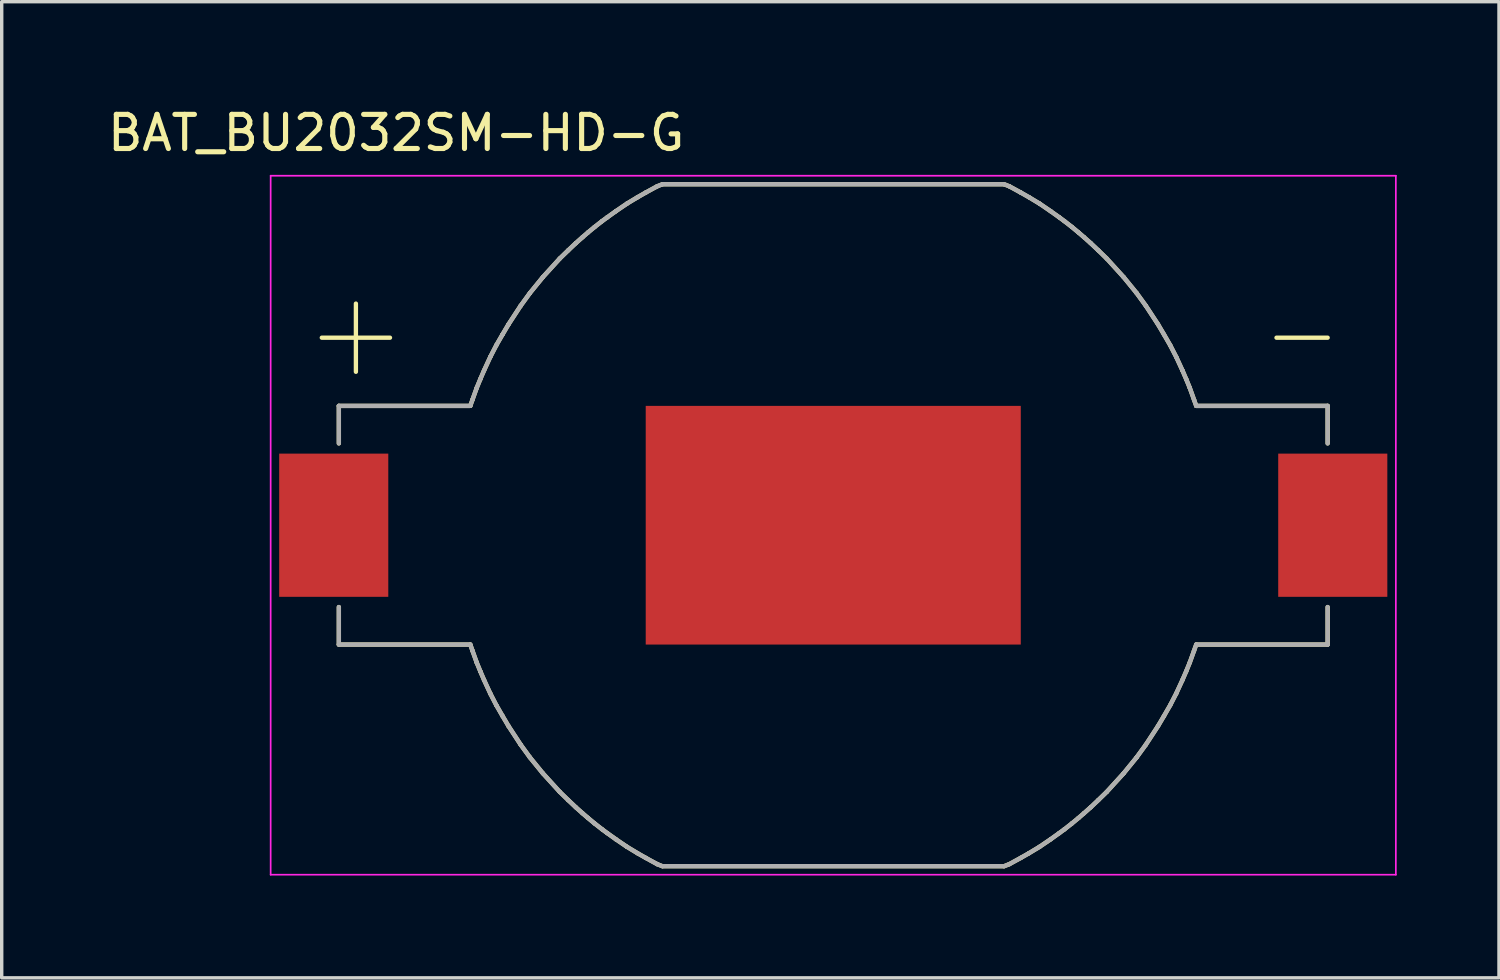
<source format=kicad_pcb>
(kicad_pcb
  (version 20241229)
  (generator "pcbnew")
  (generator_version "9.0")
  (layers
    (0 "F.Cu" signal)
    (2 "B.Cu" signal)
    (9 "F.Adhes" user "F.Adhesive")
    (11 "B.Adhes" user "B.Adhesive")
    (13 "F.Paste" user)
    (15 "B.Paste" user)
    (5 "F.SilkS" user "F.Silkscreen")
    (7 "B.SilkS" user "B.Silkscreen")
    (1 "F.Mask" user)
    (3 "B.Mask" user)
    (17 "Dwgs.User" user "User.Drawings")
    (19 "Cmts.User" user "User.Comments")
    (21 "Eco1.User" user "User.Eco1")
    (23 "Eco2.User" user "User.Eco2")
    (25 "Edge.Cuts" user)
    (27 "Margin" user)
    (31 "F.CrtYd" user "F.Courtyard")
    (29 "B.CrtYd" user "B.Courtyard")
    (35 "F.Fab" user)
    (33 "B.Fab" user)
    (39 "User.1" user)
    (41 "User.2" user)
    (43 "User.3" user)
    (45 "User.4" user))
  (footprint "BAT_BU2032SM-HD-G"
    (layer "F.Cu")
    (at 21.388 12.354)
    (property "Reference" "BAT_BU2032SM-HD-G" (at -12.819 -11.504 0) (layer "F.SilkS") (effects (font (size 1.002 1.002) (thickness 0.15))))
    (attr smd)
    (fp_poly (pts (xy -5.5 -3.5) (xy 5.5 -3.5) (xy 5.5 3.5) (xy -5.5 3.5)) (stroke (width 0.000009) (type solid)) (fill yes) (layer "F.Cu"))
    (fp_poly (pts (xy -5.6 -3.6) (xy 5.6 -3.6) (xy 5.6 3.6) (xy -5.6 3.6)) (stroke (width 0.000009) (type solid)) (fill yes) (layer "F.Mask"))
    (fp_line (start -15 -5.5) (end -13 -5.5) (stroke (width 0.127) (type solid)) (layer "F.SilkS"))
    (fp_line (start -14.5 -3.5) (end -10.645 -3.5) (stroke (width 0.127) (type solid)) (layer "F.SilkS"))
    (fp_line (start -14.5 -2.4) (end -14.5 -3.5) (stroke (width 0.127) (type solid)) (layer "F.SilkS"))
    (fp_line (start -14.5 2.4) (end -14.5 3.5) (stroke (width 0.127) (type solid)) (layer "F.SilkS"))
    (fp_line (start -14.5 3.5) (end -10.645 3.5) (stroke (width 0.127) (type solid)) (layer "F.SilkS"))
    (fp_line (start -14 -6.5) (end -14 -4.5) (stroke (width 0.127) (type solid)) (layer "F.SilkS"))
    (fp_line (start -10.645 -3.5) (end -10.581 -3.681) (stroke (width 0.127) (type solid)) (layer "F.SilkS"))
    (fp_line (start -10.645 3.5) (end -10.581 3.681) (stroke (width 0.127) (type solid)) (layer "F.SilkS"))
    (fp_line (start -10.581 -3.681) (end -10.458 -4.024) (stroke (width 0.127) (type solid)) (layer "F.SilkS"))
    (fp_line (start -10.581 3.681) (end -10.458 4.024) (stroke (width 0.127) (type solid)) (layer "F.SilkS"))
    (fp_line (start -10.458 -4.024) (end -10.35 -4.287) (stroke (width 0.127) (type solid)) (layer "F.SilkS"))
    (fp_line (start -10.458 4.024) (end -10.35 4.287) (stroke (width 0.127) (type solid)) (layer "F.SilkS"))
    (fp_line (start -10.35 -4.287) (end -10.242 -4.538) (stroke (width 0.127) (type solid)) (layer "F.SilkS"))
    (fp_line (start -10.35 4.287) (end -10.242 4.538) (stroke (width 0.127) (type solid)) (layer "F.SilkS"))
    (fp_line (start -10.242 -4.538) (end -10.058 -4.937) (stroke (width 0.127) (type solid)) (layer "F.SilkS"))
    (fp_line (start -10.242 4.538) (end -10.058 4.937) (stroke (width 0.127) (type solid)) (layer "F.SilkS"))
    (fp_line (start -10.058 -4.937) (end -9.88 -5.282) (stroke (width 0.127) (type solid)) (layer "F.SilkS"))
    (fp_line (start -10.058 4.937) (end -9.88 5.282) (stroke (width 0.127) (type solid)) (layer "F.SilkS"))
    (fp_line (start -9.88 -5.282) (end -9.7 -5.594) (stroke (width 0.127) (type solid)) (layer "F.SilkS"))
    (fp_line (start -9.88 5.282) (end -9.7 5.594) (stroke (width 0.127) (type solid)) (layer "F.SilkS"))
    (fp_line (start -9.7 -5.594) (end -9.524 -5.892) (stroke (width 0.127) (type solid)) (layer "F.SilkS"))
    (fp_line (start -9.7 5.594) (end -9.524 5.892) (stroke (width 0.127) (type solid)) (layer "F.SilkS"))
    (fp_line (start -9.524 -5.892) (end -9.168 -6.436) (stroke (width 0.127) (type solid)) (layer "F.SilkS"))
    (fp_line (start -9.524 5.892) (end -9.168 6.436) (stroke (width 0.127) (type solid)) (layer "F.SilkS"))
    (fp_line (start -9.168 -6.436) (end -8.897 -6.809) (stroke (width 0.127) (type solid)) (layer "F.SilkS"))
    (fp_line (start -9.168 6.436) (end -8.897 6.809) (stroke (width 0.127) (type solid)) (layer "F.SilkS"))
    (fp_line (start -8.897 -6.809) (end -8.516 -7.277) (stroke (width 0.127) (type solid)) (layer "F.SilkS"))
    (fp_line (start -8.897 6.809) (end -8.516 7.277) (stroke (width 0.127) (type solid)) (layer "F.SilkS"))
    (fp_line (start -8.516 -7.277) (end -8.022 -7.82) (stroke (width 0.127) (type solid)) (layer "F.SilkS"))
    (fp_line (start -8.516 7.277) (end -8.022 7.82) (stroke (width 0.127) (type solid)) (layer "F.SilkS"))
    (fp_line (start -8.022 -7.82) (end -7.774 -8.061) (stroke (width 0.127) (type solid)) (layer "F.SilkS"))
    (fp_line (start -8.022 7.82) (end -7.774 8.061) (stroke (width 0.127) (type solid)) (layer "F.SilkS"))
    (fp_line (start -7.774 -8.061) (end -7.55 -8.273) (stroke (width 0.127) (type solid)) (layer "F.SilkS"))
    (fp_line (start -7.774 8.061) (end -7.55 8.273) (stroke (width 0.127) (type solid)) (layer "F.SilkS"))
    (fp_line (start -7.55 -8.273) (end -7.354 -8.447) (stroke (width 0.127) (type solid)) (layer "F.SilkS"))
    (fp_line (start -7.55 8.273) (end -7.354 8.447) (stroke (width 0.127) (type solid)) (layer "F.SilkS"))
    (fp_line (start -7.354 -8.447) (end -7.193 -8.586) (stroke (width 0.127) (type solid)) (layer "F.SilkS"))
    (fp_line (start -7.354 8.447) (end -7.193 8.586) (stroke (width 0.127) (type solid)) (layer "F.SilkS"))
    (fp_line (start -7.193 -8.586) (end -7 -8.746) (stroke (width 0.127) (type solid)) (layer "F.SilkS"))
    (fp_line (start -7.193 8.586) (end -7 8.746) (stroke (width 0.127) (type solid)) (layer "F.SilkS"))
    (fp_line (start -7 -8.746) (end -6.779 -8.919) (stroke (width 0.127) (type solid)) (layer "F.SilkS"))
    (fp_line (start -7 8.746) (end -6.779 8.919) (stroke (width 0.127) (type solid)) (layer "F.SilkS"))
    (fp_line (start -6.779 -8.919) (end -6.628 -9.03) (stroke (width 0.127) (type solid)) (layer "F.SilkS"))
    (fp_line (start -6.779 8.919) (end -6.628 9.03) (stroke (width 0.127) (type solid)) (layer "F.SilkS"))
    (fp_line (start -6.628 -9.03) (end -6.375 -9.211) (stroke (width 0.127) (type solid)) (layer "F.SilkS"))
    (fp_line (start -6.628 9.03) (end -6.375 9.211) (stroke (width 0.127) (type solid)) (layer "F.SilkS"))
    (fp_line (start -6.375 -9.211) (end -6.049 -9.433) (stroke (width 0.127) (type solid)) (layer "F.SilkS"))
    (fp_line (start -6.375 9.211) (end -6.049 9.433) (stroke (width 0.127) (type solid)) (layer "F.SilkS"))
    (fp_line (start -6.049 -9.433) (end -5.741 -9.619) (stroke (width 0.127) (type solid)) (layer "F.SilkS"))
    (fp_line (start -6.049 9.433) (end -5.741 9.619) (stroke (width 0.127) (type solid)) (layer "F.SilkS"))
    (fp_line (start -5.741 -9.619) (end -5.497 -9.758) (stroke (width 0.127) (type solid)) (layer "F.SilkS"))
    (fp_line (start -5.741 9.619) (end -5.497 9.758) (stroke (width 0.127) (type solid)) (layer "F.SilkS"))
    (fp_line (start -5.497 -9.758) (end -5.166 -9.939) (stroke (width 0.127) (type solid)) (layer "F.SilkS"))
    (fp_line (start -5.497 9.758) (end -5.166 9.939) (stroke (width 0.127) (type solid)) (layer "F.SilkS"))
    (fp_line (start -5.166 -9.939) (end -5.013 -10) (stroke (width 0.127) (type solid)) (layer "F.SilkS"))
    (fp_line (start -5.166 9.939) (end -5.013 10) (stroke (width 0.127) (type solid)) (layer "F.SilkS"))
    (fp_line (start -5 -10) (end 5 -10) (stroke (width 0.127) (type solid)) (layer "F.SilkS"))
    (fp_line (start -5 10) (end 5 10) (stroke (width 0.127) (type solid)) (layer "F.SilkS"))
    (fp_line (start 5.166 -9.939) (end 5.013 -10) (stroke (width 0.127) (type solid)) (layer "F.SilkS"))
    (fp_line (start 5.166 9.939) (end 5.013 10) (stroke (width 0.127) (type solid)) (layer "F.SilkS"))
    (fp_line (start 5.497 -9.758) (end 5.166 -9.939) (stroke (width 0.127) (type solid)) (layer "F.SilkS"))
    (fp_line (start 5.497 9.758) (end 5.166 9.939) (stroke (width 0.127) (type solid)) (layer "F.SilkS"))
    (fp_line (start 5.741 -9.619) (end 5.497 -9.758) (stroke (width 0.127) (type solid)) (layer "F.SilkS"))
    (fp_line (start 5.741 9.619) (end 5.497 9.758) (stroke (width 0.127) (type solid)) (layer "F.SilkS"))
    (fp_line (start 6.049 -9.433) (end 5.741 -9.619) (stroke (width 0.127) (type solid)) (layer "F.SilkS"))
    (fp_line (start 6.049 9.433) (end 5.741 9.619) (stroke (width 0.127) (type solid)) (layer "F.SilkS"))
    (fp_line (start 6.375 -9.211) (end 6.049 -9.433) (stroke (width 0.127) (type solid)) (layer "F.SilkS"))
    (fp_line (start 6.375 9.211) (end 6.049 9.433) (stroke (width 0.127) (type solid)) (layer "F.SilkS"))
    (fp_line (start 6.628 -9.03) (end 6.375 -9.211) (stroke (width 0.127) (type solid)) (layer "F.SilkS"))
    (fp_line (start 6.628 9.03) (end 6.375 9.211) (stroke (width 0.127) (type solid)) (layer "F.SilkS"))
    (fp_line (start 6.779 -8.919) (end 6.628 -9.03) (stroke (width 0.127) (type solid)) (layer "F.SilkS"))
    (fp_line (start 6.779 8.919) (end 6.628 9.03) (stroke (width 0.127) (type solid)) (layer "F.SilkS"))
    (fp_line (start 7 -8.746) (end 6.779 -8.919) (stroke (width 0.127) (type solid)) (layer "F.SilkS"))
    (fp_line (start 7 8.746) (end 6.779 8.919) (stroke (width 0.127) (type solid)) (layer "F.SilkS"))
    (fp_line (start 7.193 -8.586) (end 7 -8.746) (stroke (width 0.127) (type solid)) (layer "F.SilkS"))
    (fp_line (start 7.193 8.586) (end 7 8.746) (stroke (width 0.127) (type solid)) (layer "F.SilkS"))
    (fp_line (start 7.354 -8.447) (end 7.193 -8.586) (stroke (width 0.127) (type solid)) (layer "F.SilkS"))
    (fp_line (start 7.354 8.447) (end 7.193 8.586) (stroke (width 0.127) (type solid)) (layer "F.SilkS"))
    (fp_line (start 7.55 -8.273) (end 7.354 -8.447) (stroke (width 0.127) (type solid)) (layer "F.SilkS"))
    (fp_line (start 7.55 8.273) (end 7.354 8.447) (stroke (width 0.127) (type solid)) (layer "F.SilkS"))
    (fp_line (start 7.774 -8.061) (end 7.55 -8.273) (stroke (width 0.127) (type solid)) (layer "F.SilkS"))
    (fp_line (start 7.774 8.061) (end 7.55 8.273) (stroke (width 0.127) (type solid)) (layer "F.SilkS"))
    (fp_line (start 8.022 -7.82) (end 7.774 -8.061) (stroke (width 0.127) (type solid)) (layer "F.SilkS"))
    (fp_line (start 8.022 7.82) (end 7.774 8.061) (stroke (width 0.127) (type solid)) (layer "F.SilkS"))
    (fp_line (start 8.516 -7.277) (end 8.022 -7.82) (stroke (width 0.127) (type solid)) (layer "F.SilkS"))
    (fp_line (start 8.516 7.277) (end 8.022 7.82) (stroke (width 0.127) (type solid)) (layer "F.SilkS"))
    (fp_line (start 8.897 -6.809) (end 8.516 -7.277) (stroke (width 0.127) (type solid)) (layer "F.SilkS"))
    (fp_line (start 8.897 6.809) (end 8.516 7.277) (stroke (width 0.127) (type solid)) (layer "F.SilkS"))
    (fp_line (start 9.168 -6.436) (end 8.897 -6.809) (stroke (width 0.127) (type solid)) (layer "F.SilkS"))
    (fp_line (start 9.168 6.436) (end 8.897 6.809) (stroke (width 0.127) (type solid)) (layer "F.SilkS"))
    (fp_line (start 9.524 -5.892) (end 9.168 -6.436) (stroke (width 0.127) (type solid)) (layer "F.SilkS"))
    (fp_line (start 9.524 5.892) (end 9.168 6.436) (stroke (width 0.127) (type solid)) (layer "F.SilkS"))
    (fp_line (start 9.7 -5.594) (end 9.524 -5.892) (stroke (width 0.127) (type solid)) (layer "F.SilkS"))
    (fp_line (start 9.7 5.594) (end 9.524 5.892) (stroke (width 0.127) (type solid)) (layer "F.SilkS"))
    (fp_line (start 9.88 -5.282) (end 9.7 -5.594) (stroke (width 0.127) (type solid)) (layer "F.SilkS"))
    (fp_line (start 9.88 5.282) (end 9.7 5.594) (stroke (width 0.127) (type solid)) (layer "F.SilkS"))
    (fp_line (start 10.058 -4.937) (end 9.88 -5.282) (stroke (width 0.127) (type solid)) (layer "F.SilkS"))
    (fp_line (start 10.058 4.937) (end 9.88 5.282) (stroke (width 0.127) (type solid)) (layer "F.SilkS"))
    (fp_line (start 10.242 -4.538) (end 10.058 -4.937) (stroke (width 0.127) (type solid)) (layer "F.SilkS"))
    (fp_line (start 10.242 4.538) (end 10.058 4.937) (stroke (width 0.127) (type solid)) (layer "F.SilkS"))
    (fp_line (start 10.35 -4.287) (end 10.242 -4.538) (stroke (width 0.127) (type solid)) (layer "F.SilkS"))
    (fp_line (start 10.35 4.287) (end 10.242 4.538) (stroke (width 0.127) (type solid)) (layer "F.SilkS"))
    (fp_line (start 10.458 -4.024) (end 10.35 -4.287) (stroke (width 0.127) (type solid)) (layer "F.SilkS"))
    (fp_line (start 10.458 4.024) (end 10.35 4.287) (stroke (width 0.127) (type solid)) (layer "F.SilkS"))
    (fp_line (start 10.581 -3.681) (end 10.458 -4.024) (stroke (width 0.127) (type solid)) (layer "F.SilkS"))
    (fp_line (start 10.581 3.681) (end 10.458 4.024) (stroke (width 0.127) (type solid)) (layer "F.SilkS"))
    (fp_line (start 10.645 -3.5) (end 10.581 -3.681) (stroke (width 0.127) (type solid)) (layer "F.SilkS"))
    (fp_line (start 10.645 3.5) (end 10.581 3.681) (stroke (width 0.127) (type solid)) (layer "F.SilkS"))
    (fp_line (start 13 -5.5) (end 14.5 -5.5) (stroke (width 0.127) (type solid)) (layer "F.SilkS"))
    (fp_line (start 14.5 -3.5) (end 10.645 -3.5) (stroke (width 0.127) (type solid)) (layer "F.SilkS"))
    (fp_line (start 14.5 -2.4) (end 14.5 -3.5) (stroke (width 0.127) (type solid)) (layer "F.SilkS"))
    (fp_line (start 14.5 2.4) (end 14.5 3.5) (stroke (width 0.127) (type solid)) (layer "F.SilkS"))
    (fp_line (start 14.5 3.5) (end 10.645 3.5) (stroke (width 0.127) (type solid)) (layer "F.SilkS"))
    (fp_line (start -16.5 -10.25) (end -16.5 10.25) (stroke (width 0.05) (type solid)) (layer "F.CrtYd"))
    (fp_line (start -16.5 10.25) (end 16.5 10.25) (stroke (width 0.05) (type solid)) (layer "F.CrtYd"))
    (fp_line (start 16.5 -10.25) (end -16.5 -10.25) (stroke (width 0.05) (type solid)) (layer "F.CrtYd"))
    (fp_line (start 16.5 10.25) (end 16.5 -10.25) (stroke (width 0.05) (type solid)) (layer "F.CrtYd"))
    (fp_line (start -14.5 -3.5) (end -10.645 -3.5) (stroke (width 0.127) (type solid)) (layer "F.Fab"))
    (fp_line (start -14.5 -2.4) (end -14.5 -3.5) (stroke (width 0.127) (type solid)) (layer "F.Fab"))
    (fp_line (start -14.5 2.4) (end -14.5 3.5) (stroke (width 0.127) (type solid)) (layer "F.Fab"))
    (fp_line (start -14.5 3.5) (end -10.645 3.5) (stroke (width 0.127) (type solid)) (layer "F.Fab"))
    (fp_line (start -10.645 -3.5) (end -10.581 -3.681) (stroke (width 0.127) (type solid)) (layer "F.Fab"))
    (fp_line (start -10.645 3.5) (end -10.581 3.681) (stroke (width 0.127) (type solid)) (layer "F.Fab"))
    (fp_line (start -10.581 -3.681) (end -10.458 -4.024) (stroke (width 0.127) (type solid)) (layer "F.Fab"))
    (fp_line (start -10.581 3.681) (end -10.458 4.024) (stroke (width 0.127) (type solid)) (layer "F.Fab"))
    (fp_line (start -10.458 -4.024) (end -10.35 -4.287) (stroke (width 0.127) (type solid)) (layer "F.Fab"))
    (fp_line (start -10.458 4.024) (end -10.35 4.287) (stroke (width 0.127) (type solid)) (layer "F.Fab"))
    (fp_line (start -10.35 -4.287) (end -10.242 -4.538) (stroke (width 0.127) (type solid)) (layer "F.Fab"))
    (fp_line (start -10.35 4.287) (end -10.242 4.538) (stroke (width 0.127) (type solid)) (layer "F.Fab"))
    (fp_line (start -10.242 -4.538) (end -10.058 -4.937) (stroke (width 0.127) (type solid)) (layer "F.Fab"))
    (fp_line (start -10.242 4.538) (end -10.058 4.937) (stroke (width 0.127) (type solid)) (layer "F.Fab"))
    (fp_line (start -10.058 -4.937) (end -9.88 -5.282) (stroke (width 0.127) (type solid)) (layer "F.Fab"))
    (fp_line (start -10.058 4.937) (end -9.88 5.282) (stroke (width 0.127) (type solid)) (layer "F.Fab"))
    (fp_line (start -9.88 -5.282) (end -9.7 -5.594) (stroke (width 0.127) (type solid)) (layer "F.Fab"))
    (fp_line (start -9.88 5.282) (end -9.7 5.594) (stroke (width 0.127) (type solid)) (layer "F.Fab"))
    (fp_line (start -9.7 -5.594) (end -9.524 -5.892) (stroke (width 0.127) (type solid)) (layer "F.Fab"))
    (fp_line (start -9.7 5.594) (end -9.524 5.892) (stroke (width 0.127) (type solid)) (layer "F.Fab"))
    (fp_line (start -9.524 -5.892) (end -9.168 -6.436) (stroke (width 0.127) (type solid)) (layer "F.Fab"))
    (fp_line (start -9.524 5.892) (end -9.168 6.436) (stroke (width 0.127) (type solid)) (layer "F.Fab"))
    (fp_line (start -9.168 -6.436) (end -8.897 -6.809) (stroke (width 0.127) (type solid)) (layer "F.Fab"))
    (fp_line (start -9.168 6.436) (end -8.897 6.809) (stroke (width 0.127) (type solid)) (layer "F.Fab"))
    (fp_line (start -8.897 -6.809) (end -8.516 -7.277) (stroke (width 0.127) (type solid)) (layer "F.Fab"))
    (fp_line (start -8.897 6.809) (end -8.516 7.277) (stroke (width 0.127) (type solid)) (layer "F.Fab"))
    (fp_line (start -8.516 -7.277) (end -8.022 -7.82) (stroke (width 0.127) (type solid)) (layer "F.Fab"))
    (fp_line (start -8.516 7.277) (end -8.022 7.82) (stroke (width 0.127) (type solid)) (layer "F.Fab"))
    (fp_line (start -8.022 -7.82) (end -7.774 -8.061) (stroke (width 0.127) (type solid)) (layer "F.Fab"))
    (fp_line (start -8.022 7.82) (end -7.774 8.061) (stroke (width 0.127) (type solid)) (layer "F.Fab"))
    (fp_line (start -7.774 -8.061) (end -7.55 -8.273) (stroke (width 0.127) (type solid)) (layer "F.Fab"))
    (fp_line (start -7.774 8.061) (end -7.55 8.273) (stroke (width 0.127) (type solid)) (layer "F.Fab"))
    (fp_line (start -7.55 -8.273) (end -7.354 -8.447) (stroke (width 0.127) (type solid)) (layer "F.Fab"))
    (fp_line (start -7.55 8.273) (end -7.354 8.447) (stroke (width 0.127) (type solid)) (layer "F.Fab"))
    (fp_line (start -7.354 -8.447) (end -7.193 -8.586) (stroke (width 0.127) (type solid)) (layer "F.Fab"))
    (fp_line (start -7.354 8.447) (end -7.193 8.586) (stroke (width 0.127) (type solid)) (layer "F.Fab"))
    (fp_line (start -7.193 -8.586) (end -7 -8.746) (stroke (width 0.127) (type solid)) (layer "F.Fab"))
    (fp_line (start -7.193 8.586) (end -7 8.746) (stroke (width 0.127) (type solid)) (layer "F.Fab"))
    (fp_line (start -7 -8.746) (end -6.779 -8.919) (stroke (width 0.127) (type solid)) (layer "F.Fab"))
    (fp_line (start -7 8.746) (end -6.779 8.919) (stroke (width 0.127) (type solid)) (layer "F.Fab"))
    (fp_line (start -6.779 -8.919) (end -6.628 -9.03) (stroke (width 0.127) (type solid)) (layer "F.Fab"))
    (fp_line (start -6.779 8.919) (end -6.628 9.03) (stroke (width 0.127) (type solid)) (layer "F.Fab"))
    (fp_line (start -6.628 -9.03) (end -6.375 -9.211) (stroke (width 0.127) (type solid)) (layer "F.Fab"))
    (fp_line (start -6.628 9.03) (end -6.375 9.211) (stroke (width 0.127) (type solid)) (layer "F.Fab"))
    (fp_line (start -6.375 -9.211) (end -6.049 -9.433) (stroke (width 0.127) (type solid)) (layer "F.Fab"))
    (fp_line (start -6.375 9.211) (end -6.049 9.433) (stroke (width 0.127) (type solid)) (layer "F.Fab"))
    (fp_line (start -6.049 -9.433) (end -5.741 -9.619) (stroke (width 0.127) (type solid)) (layer "F.Fab"))
    (fp_line (start -6.049 9.433) (end -5.741 9.619) (stroke (width 0.127) (type solid)) (layer "F.Fab"))
    (fp_line (start -5.741 -9.619) (end -5.497 -9.758) (stroke (width 0.127) (type solid)) (layer "F.Fab"))
    (fp_line (start -5.741 9.619) (end -5.497 9.758) (stroke (width 0.127) (type solid)) (layer "F.Fab"))
    (fp_line (start -5.497 -9.758) (end -5.166 -9.939) (stroke (width 0.127) (type solid)) (layer "F.Fab"))
    (fp_line (start -5.497 9.758) (end -5.166 9.939) (stroke (width 0.127) (type solid)) (layer "F.Fab"))
    (fp_line (start -5.166 -9.939) (end -5.013 -10) (stroke (width 0.127) (type solid)) (layer "F.Fab"))
    (fp_line (start -5.166 9.939) (end -5.013 10) (stroke (width 0.127) (type solid)) (layer "F.Fab"))
    (fp_line (start -5 -10) (end 5 -10) (stroke (width 0.127) (type solid)) (layer "F.Fab"))
    (fp_line (start -5 10) (end 5 10) (stroke (width 0.127) (type solid)) (layer "F.Fab"))
    (fp_line (start 5.166 -9.939) (end 5.013 -10) (stroke (width 0.127) (type solid)) (layer "F.Fab"))
    (fp_line (start 5.166 9.939) (end 5.013 10) (stroke (width 0.127) (type solid)) (layer "F.Fab"))
    (fp_line (start 5.497 -9.758) (end 5.166 -9.939) (stroke (width 0.127) (type solid)) (layer "F.Fab"))
    (fp_line (start 5.497 9.758) (end 5.166 9.939) (stroke (width 0.127) (type solid)) (layer "F.Fab"))
    (fp_line (start 5.741 -9.619) (end 5.497 -9.758) (stroke (width 0.127) (type solid)) (layer "F.Fab"))
    (fp_line (start 5.741 9.619) (end 5.497 9.758) (stroke (width 0.127) (type solid)) (layer "F.Fab"))
    (fp_line (start 6.049 -9.433) (end 5.741 -9.619) (stroke (width 0.127) (type solid)) (layer "F.Fab"))
    (fp_line (start 6.049 9.433) (end 5.741 9.619) (stroke (width 0.127) (type solid)) (layer "F.Fab"))
    (fp_line (start 6.375 -9.211) (end 6.049 -9.433) (stroke (width 0.127) (type solid)) (layer "F.Fab"))
    (fp_line (start 6.375 9.211) (end 6.049 9.433) (stroke (width 0.127) (type solid)) (layer "F.Fab"))
    (fp_line (start 6.628 -9.03) (end 6.375 -9.211) (stroke (width 0.127) (type solid)) (layer "F.Fab"))
    (fp_line (start 6.628 9.03) (end 6.375 9.211) (stroke (width 0.127) (type solid)) (layer "F.Fab"))
    (fp_line (start 6.779 -8.919) (end 6.628 -9.03) (stroke (width 0.127) (type solid)) (layer "F.Fab"))
    (fp_line (start 6.779 8.919) (end 6.628 9.03) (stroke (width 0.127) (type solid)) (layer "F.Fab"))
    (fp_line (start 7 -8.746) (end 6.779 -8.919) (stroke (width 0.127) (type solid)) (layer "F.Fab"))
    (fp_line (start 7 8.746) (end 6.779 8.919) (stroke (width 0.127) (type solid)) (layer "F.Fab"))
    (fp_line (start 7.193 -8.586) (end 7 -8.746) (stroke (width 0.127) (type solid)) (layer "F.Fab"))
    (fp_line (start 7.193 8.586) (end 7 8.746) (stroke (width 0.127) (type solid)) (layer "F.Fab"))
    (fp_line (start 7.354 -8.447) (end 7.193 -8.586) (stroke (width 0.127) (type solid)) (layer "F.Fab"))
    (fp_line (start 7.354 8.447) (end 7.193 8.586) (stroke (width 0.127) (type solid)) (layer "F.Fab"))
    (fp_line (start 7.55 -8.273) (end 7.354 -8.447) (stroke (width 0.127) (type solid)) (layer "F.Fab"))
    (fp_line (start 7.55 8.273) (end 7.354 8.447) (stroke (width 0.127) (type solid)) (layer "F.Fab"))
    (fp_line (start 7.774 -8.061) (end 7.55 -8.273) (stroke (width 0.127) (type solid)) (layer "F.Fab"))
    (fp_line (start 7.774 8.061) (end 7.55 8.273) (stroke (width 0.127) (type solid)) (layer "F.Fab"))
    (fp_line (start 8.022 -7.82) (end 7.774 -8.061) (stroke (width 0.127) (type solid)) (layer "F.Fab"))
    (fp_line (start 8.022 7.82) (end 7.774 8.061) (stroke (width 0.127) (type solid)) (layer "F.Fab"))
    (fp_line (start 8.516 -7.277) (end 8.022 -7.82) (stroke (width 0.127) (type solid)) (layer "F.Fab"))
    (fp_line (start 8.516 7.277) (end 8.022 7.82) (stroke (width 0.127) (type solid)) (layer "F.Fab"))
    (fp_line (start 8.897 -6.809) (end 8.516 -7.277) (stroke (width 0.127) (type solid)) (layer "F.Fab"))
    (fp_line (start 8.897 6.809) (end 8.516 7.277) (stroke (width 0.127) (type solid)) (layer "F.Fab"))
    (fp_line (start 9.168 -6.436) (end 8.897 -6.809) (stroke (width 0.127) (type solid)) (layer "F.Fab"))
    (fp_line (start 9.168 6.436) (end 8.897 6.809) (stroke (width 0.127) (type solid)) (layer "F.Fab"))
    (fp_line (start 9.524 -5.892) (end 9.168 -6.436) (stroke (width 0.127) (type solid)) (layer "F.Fab"))
    (fp_line (start 9.524 5.892) (end 9.168 6.436) (stroke (width 0.127) (type solid)) (layer "F.Fab"))
    (fp_line (start 9.7 -5.594) (end 9.524 -5.892) (stroke (width 0.127) (type solid)) (layer "F.Fab"))
    (fp_line (start 9.7 5.594) (end 9.524 5.892) (stroke (width 0.127) (type solid)) (layer "F.Fab"))
    (fp_line (start 9.88 -5.282) (end 9.7 -5.594) (stroke (width 0.127) (type solid)) (layer "F.Fab"))
    (fp_line (start 9.88 5.282) (end 9.7 5.594) (stroke (width 0.127) (type solid)) (layer "F.Fab"))
    (fp_line (start 10.058 -4.937) (end 9.88 -5.282) (stroke (width 0.127) (type solid)) (layer "F.Fab"))
    (fp_line (start 10.058 4.937) (end 9.88 5.282) (stroke (width 0.127) (type solid)) (layer "F.Fab"))
    (fp_line (start 10.242 -4.538) (end 10.058 -4.937) (stroke (width 0.127) (type solid)) (layer "F.Fab"))
    (fp_line (start 10.242 4.538) (end 10.058 4.937) (stroke (width 0.127) (type solid)) (layer "F.Fab"))
    (fp_line (start 10.35 -4.287) (end 10.242 -4.538) (stroke (width 0.127) (type solid)) (layer "F.Fab"))
    (fp_line (start 10.35 4.287) (end 10.242 4.538) (stroke (width 0.127) (type solid)) (layer "F.Fab"))
    (fp_line (start 10.458 -4.024) (end 10.35 -4.287) (stroke (width 0.127) (type solid)) (layer "F.Fab"))
    (fp_line (start 10.458 4.024) (end 10.35 4.287) (stroke (width 0.127) (type solid)) (layer "F.Fab"))
    (fp_line (start 10.581 -3.681) (end 10.458 -4.024) (stroke (width 0.127) (type solid)) (layer "F.Fab"))
    (fp_line (start 10.581 3.681) (end 10.458 4.024) (stroke (width 0.127) (type solid)) (layer "F.Fab"))
    (fp_line (start 10.645 -3.5) (end 10.581 -3.681) (stroke (width 0.127) (type solid)) (layer "F.Fab"))
    (fp_line (start 10.645 3.5) (end 10.581 3.681) (stroke (width 0.127) (type solid)) (layer "F.Fab"))
    (fp_line (start 14.5 -3.5) (end 10.645 -3.5) (stroke (width 0.127) (type solid)) (layer "F.Fab"))
    (fp_line (start 14.5 -2.4) (end 14.5 -3.5) (stroke (width 0.127) (type solid)) (layer "F.Fab"))
    (fp_line (start 14.5 2.4) (end 14.5 3.5) (stroke (width 0.127) (type solid)) (layer "F.Fab"))
    (fp_line (start 14.5 3.5) (end 10.645 3.5) (stroke (width 0.127) (type solid)) (layer "F.Fab"))
    (pad "+" smd rect (at -14.65 0) (size 3.2 4.2) (layers "F.Cu" "F.Mask" "F.Paste"))
    (pad "-" smd rect (at 14.65 0) (size 3.2 4.2) (layers "F.Cu" "F.Mask" "F.Paste")))
  (gr_rect
    (start -3 -3)
    (end 40.913 25.629)
    (stroke (width 0.1) (type default))
    (fill no)
    (layer "Edge.Cuts")))
</source>
